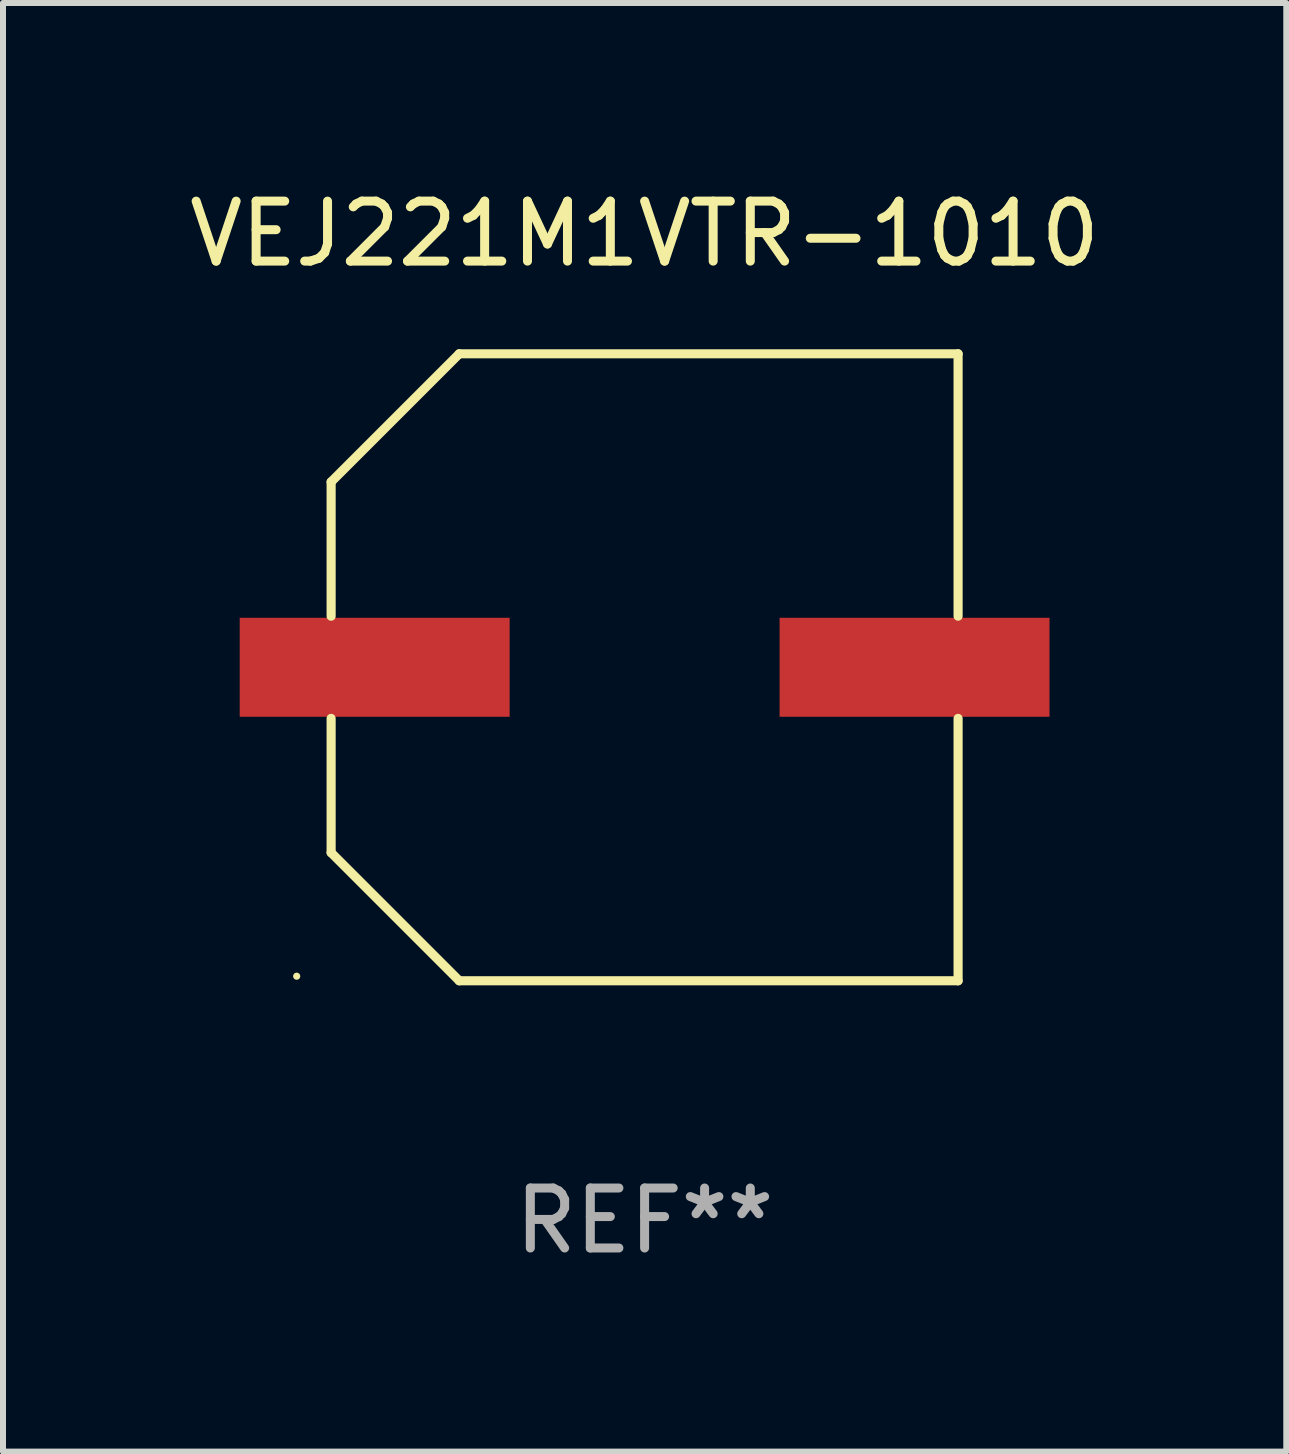
<source format=kicad_pcb>
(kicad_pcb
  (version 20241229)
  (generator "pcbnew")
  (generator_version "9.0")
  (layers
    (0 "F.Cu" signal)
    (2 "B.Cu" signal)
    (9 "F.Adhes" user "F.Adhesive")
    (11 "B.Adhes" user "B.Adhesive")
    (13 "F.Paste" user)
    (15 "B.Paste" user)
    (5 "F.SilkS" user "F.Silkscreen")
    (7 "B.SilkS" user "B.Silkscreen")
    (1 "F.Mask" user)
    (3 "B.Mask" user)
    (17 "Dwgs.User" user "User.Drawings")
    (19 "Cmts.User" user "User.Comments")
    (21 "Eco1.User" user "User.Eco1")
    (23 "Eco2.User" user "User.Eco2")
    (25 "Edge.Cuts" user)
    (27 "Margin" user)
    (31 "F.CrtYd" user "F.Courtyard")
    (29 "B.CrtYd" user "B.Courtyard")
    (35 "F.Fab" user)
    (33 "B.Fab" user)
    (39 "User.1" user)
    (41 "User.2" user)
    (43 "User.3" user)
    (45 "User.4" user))
  (footprint "VEJ221M1VTR-1010"
    (layer "F.Cu")
    (at 7.696 8.074)
    (property "Reference" "VEJ221M1VTR-1010" (at 0 -7.226 0) (layer "F.SilkS") (effects (font (size 1 1) (thickness 0.15))))
    (attr through_hole)
    (fp_line (start -5.226 -3.09) (end -5.226 -0.852) (stroke (width 0.152) (type solid)) (layer "F.SilkS"))
    (fp_line (start -5.226 3.09) (end -5.226 0.852) (stroke (width 0.152) (type solid)) (layer "F.SilkS"))
    (fp_line (start -3.09 -5.226) (end -5.226 -3.09) (stroke (width 0.152) (type solid)) (layer "F.SilkS"))
    (fp_line (start -3.09 5.226) (end -5.226 3.09) (stroke (width 0.152) (type solid)) (layer "F.SilkS"))
    (fp_line (start 5.226 -5.226) (end -3.09 -5.226) (stroke (width 0.152) (type solid)) (layer "F.SilkS"))
    (fp_line (start 5.226 -0.852) (end 5.226 -5.226) (stroke (width 0.152) (type solid)) (layer "F.SilkS"))
    (fp_line (start 5.226 0.852) (end 5.226 5.226) (stroke (width 0.152) (type solid)) (layer "F.SilkS"))
    (fp_line (start 5.226 5.226) (end -3.09 5.226) (stroke (width 0.152) (type solid)) (layer "F.SilkS"))
    (fp_circle (center -5.8 5.15) (end -5.77 5.15) (stroke (width 0.06) (type solid)) (fill no) (layer "F.SilkS"))
    (fp_text user "REF**" (at 0 9.226 0) (layer "F.Fab") (effects (font (size 1 1) (thickness 0.15))))
    (pad "1" smd rect (at -4.5 0) (size 4.5 1.65) (layers "F.Cu" "F.Mask" "F.Paste"))
    (pad "2" smd rect (at 4.5 0) (size 4.5 1.65) (layers "F.Cu" "F.Mask" "F.Paste")))
  (gr_rect
    (start -3 -3)
    (end 18.393 21.149)
    (stroke (width 0.1) (type default))
    (fill no)
    (layer "Edge.Cuts")))
</source>
